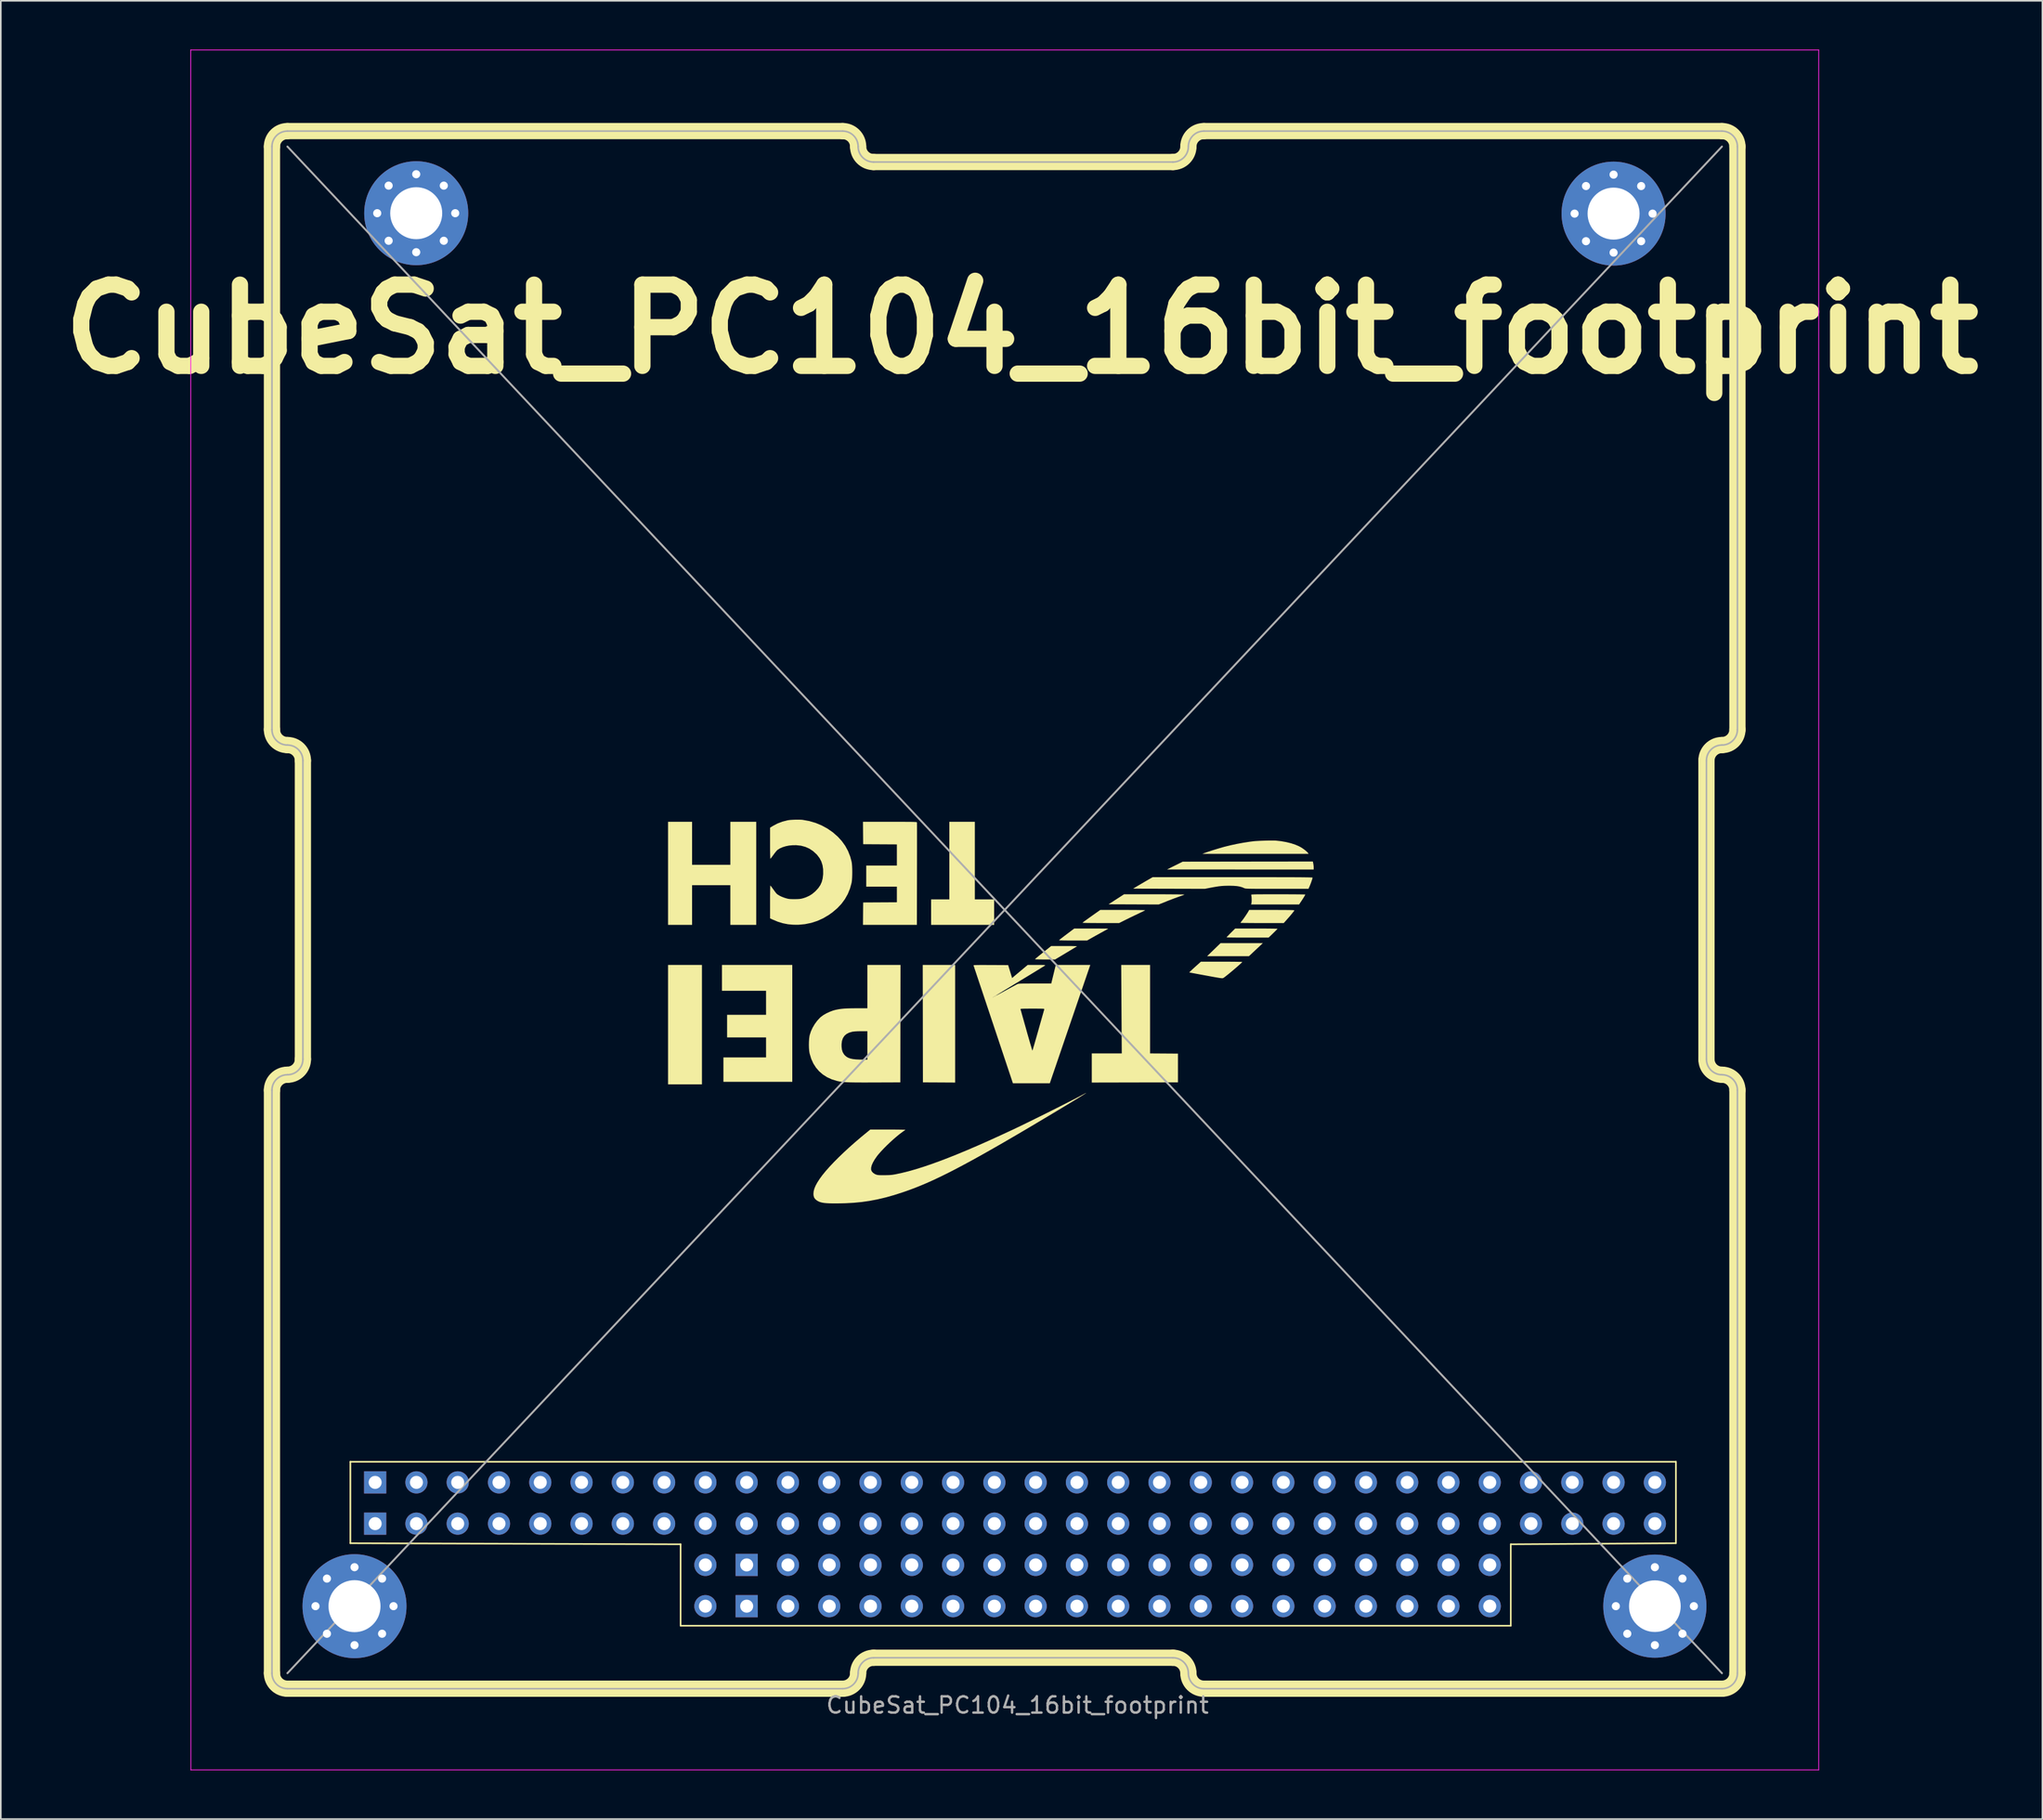
<source format=kicad_pcb>
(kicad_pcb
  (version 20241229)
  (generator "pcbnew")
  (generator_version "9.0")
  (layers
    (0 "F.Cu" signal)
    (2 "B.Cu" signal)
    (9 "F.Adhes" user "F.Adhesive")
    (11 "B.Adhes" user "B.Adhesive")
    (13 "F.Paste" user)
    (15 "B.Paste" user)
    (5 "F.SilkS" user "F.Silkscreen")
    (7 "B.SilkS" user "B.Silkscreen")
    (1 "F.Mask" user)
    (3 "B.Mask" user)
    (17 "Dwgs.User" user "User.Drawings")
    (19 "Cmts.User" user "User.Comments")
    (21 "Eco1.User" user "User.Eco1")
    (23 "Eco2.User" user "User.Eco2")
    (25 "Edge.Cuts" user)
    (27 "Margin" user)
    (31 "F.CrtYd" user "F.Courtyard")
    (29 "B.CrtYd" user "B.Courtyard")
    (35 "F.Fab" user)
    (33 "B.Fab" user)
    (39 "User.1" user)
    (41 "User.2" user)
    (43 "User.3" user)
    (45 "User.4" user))
  (footprint "CubeSat_PC104_16bit_footprint"
    (layer "F.Cu")
    (at 13.683 100.905)
    (property "Reference" "CubeSat_PC104_16bit_footprint" (at 46.126 -83.693 0) (layer "F.SilkS") (effects (font (size 5 5) (thickness 1))))
    (attr through_hole)
    (fp_line (start 0 -94.933) (end 0 -59.042) (stroke (width 1) (type solid)) (layer "F.SilkS"))
    (fp_line (start 0 -36.843) (end 0 -0.953) (stroke (width 1) (type solid)) (layer "F.SilkS"))
    (fp_line (start 0.953 -95.885) (end 35.115 -95.885) (stroke (width 1) (type solid)) (layer "F.SilkS"))
    (fp_line (start 0.953 0) (end 35.115 0) (stroke (width 1) (type solid)) (layer "F.SilkS"))
    (fp_line (start 1.905 -57.137) (end 1.905 -38.748) (stroke (width 1) (type solid)) (layer "F.SilkS"))
    (fp_line (start 4.825 -13.97) (end 4.825 -8.955) (stroke (width 0.1) (type default)) (layer "F.SilkS"))
    (fp_line (start 4.825 -8.955) (end 25.145 -8.89) (stroke (width 0.1) (type default)) (layer "F.SilkS"))
    (fp_line (start 25.145 -8.89) (end 25.145 -3.875) (stroke (width 0.1) (type default)) (layer "F.SilkS"))
    (fp_line (start 25.145 -3.875) (end 76.225 -3.875) (stroke (width 0.1) (type default)) (layer "F.SilkS"))
    (fp_line (start 37.02 -93.98) (end 55.435 -93.98) (stroke (width 1) (type solid)) (layer "F.SilkS"))
    (fp_line (start 37.02 -1.905) (end 55.435 -1.905) (stroke (width 1) (type solid)) (layer "F.SilkS"))
    (fp_line (start 57.34 -95.885) (end 89.218 -95.885) (stroke (width 1) (type solid)) (layer "F.SilkS"))
    (fp_line (start 57.34 0) (end 89.218 0) (stroke (width 1) (type solid)) (layer "F.SilkS"))
    (fp_line (start 76.225 -8.89) (end 76.225 -3.875) (stroke (width 0.1) (type default)) (layer "F.SilkS"))
    (fp_line (start 76.225 -8.89) (end 86.385 -8.955) (stroke (width 0.1) (type default)) (layer "F.SilkS"))
    (fp_line (start 86.385 -13.97) (end 4.825 -13.97) (stroke (width 0.1) (type default)) (layer "F.SilkS"))
    (fp_line (start 86.385 -8.955) (end 86.385 -13.97) (stroke (width 0.1) (type default)) (layer "F.SilkS"))
    (fp_line (start 88.265 -57.137) (end 88.265 -38.748) (stroke (width 1) (type solid)) (layer "F.SilkS"))
    (fp_line (start 90.17 -94.933) (end 90.17 -59.042) (stroke (width 1) (type solid)) (layer "F.SilkS"))
    (fp_line (start 90.17 -36.843) (end 90.17 -0.953) (stroke (width 1) (type solid)) (layer "F.SilkS"))
    (fp_arc (start 0 -94.9325) (mid 0.278981 -95.606019) (end 0.9525 -95.885) (stroke (width 1) (type solid)) (layer "F.SilkS"))
    (fp_arc (start 0 -36.8427) (mid 0.278981 -37.516219) (end 0.9525 -37.7952) (stroke (width 1) (type solid)) (layer "F.SilkS"))
    (fp_arc (start 0.9525 -58.0898) (mid 0.278981 -58.368781) (end 0 -59.0423) (stroke (width 1) (type solid)) (layer "F.SilkS"))
    (fp_arc (start 0.9525 -58.0898) (mid 1.626019 -57.810819) (end 1.905 -57.1373) (stroke (width 1) (type solid)) (layer "F.SilkS"))
    (fp_arc (start 0.9525 0) (mid 0.278981 -0.278981) (end 0 -0.9525) (stroke (width 1) (type solid)) (layer "F.SilkS"))
    (fp_arc (start 1.905 -38.7477) (mid 1.626019 -38.074181) (end 0.9525 -37.7952) (stroke (width 1) (type solid)) (layer "F.SilkS"))
    (fp_arc (start 35.1155 -95.885) (mid 35.789019 -95.606019) (end 36.068 -94.9325) (stroke (width 1) (type solid)) (layer "F.SilkS"))
    (fp_arc (start 36.068 -0.9525) (mid 35.789019 -0.278981) (end 35.1155 0) (stroke (width 1) (type solid)) (layer "F.SilkS"))
    (fp_arc (start 36.068 -0.9525) (mid 36.346981 -1.626019) (end 37.0205 -1.905) (stroke (width 1) (type solid)) (layer "F.SilkS"))
    (fp_arc (start 37.0205 -93.98) (mid 36.346981 -94.258981) (end 36.068 -94.9325) (stroke (width 1) (type solid)) (layer "F.SilkS"))
    (fp_arc (start 55.4355 -1.905) (mid 56.109019 -1.626019) (end 56.388 -0.9525) (stroke (width 1) (type solid)) (layer "F.SilkS"))
    (fp_arc (start 56.388 -94.9325) (mid 56.109019 -94.258981) (end 55.4355 -93.98) (stroke (width 1) (type solid)) (layer "F.SilkS"))
    (fp_arc (start 56.388 -94.9325) (mid 56.666981 -95.606019) (end 57.3405 -95.885) (stroke (width 1) (type solid)) (layer "F.SilkS"))
    (fp_arc (start 57.3405 0) (mid 56.666981 -0.278981) (end 56.388 -0.9525) (stroke (width 1) (type solid)) (layer "F.SilkS"))
    (fp_arc (start 88.265 -57.1373) (mid 88.543981 -57.810819) (end 89.2175 -58.0898) (stroke (width 1) (type solid)) (layer "F.SilkS"))
    (fp_arc (start 89.2175 -95.885) (mid 89.891019 -95.606019) (end 90.17 -94.9325) (stroke (width 1) (type solid)) (layer "F.SilkS"))
    (fp_arc (start 89.2175 -37.7952) (mid 88.543981 -38.074181) (end 88.265 -38.7477) (stroke (width 1) (type solid)) (layer "F.SilkS"))
    (fp_arc (start 89.2175 -37.7952) (mid 89.891019 -37.516219) (end 90.17 -36.8427) (stroke (width 1) (type solid)) (layer "F.SilkS"))
    (fp_arc (start 90.17 -59.0423) (mid 89.891019 -58.368781) (end 89.2175 -58.0898) (stroke (width 1) (type solid)) (layer "F.SilkS"))
    (fp_arc (start 90.17 -0.9525) (mid 89.891019 -0.278981) (end 89.2175 0) (stroke (width 1) (type solid)) (layer "F.SilkS"))
    (fp_poly (pts (xy 24.372 -40.878) (xy 24.372 -44.554) (xy 25.414 -44.554) (xy 26.457 -44.554) (xy 26.457 -40.878) (xy 26.457 -37.201) (xy 25.414 -37.201) (xy 24.372 -37.201)) (stroke (width 0) (type solid)) (fill yes) (layer "F.SilkS"))
    (fp_poly (pts (xy 41.045 -37.319) (xy 40.053 -37.324) (xy 40.048 -40.939) (xy 40.042 -44.554) (xy 41.04 -44.554) (xy 42.037 -44.554) (xy 42.037 -40.933) (xy 42.037 -37.313)) (stroke (width 0) (type solid)) (fill yes) (layer "F.SilkS"))
    (fp_poly (pts (xy 59.585 -50.43) (xy 55.074 -50.432) (xy 55.556 -50.671) (xy 56.038 -50.91) (xy 60.042 -50.916) (xy 64.046 -50.921) (xy 64.072 -50.794) (xy 64.087 -50.696) (xy 64.096 -50.592) (xy 64.097 -50.547) (xy 64.097 -50.428)) (stroke (width 0) (type solid)) (fill yes) (layer "F.SilkS"))
    (fp_poly (pts (xy 58.826 -45.093) (xy 57.54 -45.094) (xy 57.955 -45.496) (xy 58.369 -45.897) (xy 59.67 -45.897) (xy 60.97 -45.897) (xy 60.799 -45.736) (xy 60.718 -45.66) (xy 60.617 -45.564) (xy 60.505 -45.46) (xy 60.397 -45.358) (xy 60.37 -45.333) (xy 60.113 -45.092)) (stroke (width 0) (type solid)) (fill yes) (layer "F.SilkS"))
    (fp_poly (pts (xy 40.558 -47.805) (xy 40.558 -48.59) (xy 41.118 -48.59) (xy 41.679 -48.59) (xy 41.679 -50.977) (xy 41.679 -53.365) (xy 42.463 -53.365) (xy 43.248 -53.365) (xy 43.248 -50.977) (xy 43.248 -48.59) (xy 43.842 -48.59) (xy 44.436 -48.59) (xy 44.436 -47.805) (xy 44.436 -47.02) (xy 42.497 -47.02) (xy 40.558 -47.02)) (stroke (width 0) (type solid)) (fill yes) (layer "F.SilkS"))
    (fp_poly (pts (xy 50.444 -38.21) (xy 50.444 -39.107) (xy 51.366 -39.107) (xy 52.289 -39.107) (xy 52.272 -41.83) (xy 52.255 -44.554) (xy 53.143 -44.554) (xy 54.031 -44.554) (xy 54.031 -41.831) (xy 54.031 -39.107) (xy 54.889 -39.101) (xy 55.746 -39.095) (xy 55.746 -38.21) (xy 55.746 -37.324) (xy 53.095 -37.319) (xy 50.444 -37.313)) (stroke (width 0) (type solid)) (fill yes) (layer "F.SilkS"))
    (fp_poly (pts (xy 27.779 -38.109) (xy 27.779 -38.86) (xy 29.091 -38.86) (xy 30.402 -38.86) (xy 30.402 -39.477) (xy 30.402 -40.093) (xy 29.203 -40.093) (xy 28.004 -40.093) (xy 28.004 -40.788) (xy 28.004 -41.483) (xy 29.203 -41.483) (xy 30.402 -41.483) (xy 30.402 -42.223) (xy 30.402 -42.963) (xy 29.046 -42.963) (xy 27.69 -42.963) (xy 27.69 -43.758) (xy 27.69 -44.554) (xy 29.853 -44.554) (xy 32.016 -44.554) (xy 32.016 -40.956) (xy 32.016 -37.358) (xy 29.898 -37.358) (xy 27.779 -37.358)) (stroke (width 0) (type solid)) (fill yes) (layer "F.SilkS"))
    (fp_poly (pts (xy 28.205 -48.242) (xy 28.205 -49.464) (xy 27.028 -49.464) (xy 25.851 -49.464) (xy 25.851 -48.242) (xy 25.851 -47.02) (xy 25.112 -47.02) (xy 24.372 -47.02) (xy 24.372 -50.192) (xy 24.372 -53.365) (xy 25.112 -53.365) (xy 25.851 -53.365) (xy 25.851 -52.042) (xy 25.851 -50.719) (xy 27.028 -50.719) (xy 28.205 -50.719) (xy 28.205 -52.042) (xy 28.205 -53.365) (xy 29.001 -53.365) (xy 29.797 -53.365) (xy 29.797 -50.192) (xy 29.797 -47.02) (xy 29.001 -47.02) (xy 28.205 -47.02)) (stroke (width 0) (type solid)) (fill yes) (layer "F.SilkS"))
    (fp_poly (pts (xy 53.017 -48.281) (xy 51.475 -48.287) (xy 51.952 -48.595) (xy 52.428 -48.903) (xy 54.299 -48.903) (xy 54.584 -48.903) (xy 54.855 -48.903) (xy 55.109 -48.902) (xy 55.343 -48.9) (xy 55.554 -48.898) (xy 55.737 -48.897) (xy 55.891 -48.894) (xy 56.012 -48.892) (xy 56.097 -48.889) (xy 56.142 -48.886) (xy 56.149 -48.885) (xy 56.121 -48.871) (xy 56.059 -48.846) (xy 55.97 -48.813) (xy 55.863 -48.775) (xy 55.814 -48.758) (xy 55.693 -48.715) (xy 55.544 -48.66) (xy 55.378 -48.598) (xy 55.208 -48.532) (xy 55.045 -48.469) (xy 55.03 -48.462) (xy 54.56 -48.275)) (stroke (width 0) (type solid)) (fill yes) (layer "F.SilkS"))
    (fp_poly (pts (xy 47.407 -44.891) (xy 47.261 -44.893) (xy 47.136 -44.895) (xy 47.039 -44.899) (xy 46.975 -44.902) (xy 46.948 -44.907) (xy 46.948 -44.907) (xy 46.965 -44.925) (xy 47.013 -44.967) (xy 47.087 -45.029) (xy 47.183 -45.109) (xy 47.297 -45.201) (xy 47.423 -45.302) (xy 47.447 -45.321) (xy 47.945 -45.718) (xy 48.751 -45.719) (xy 48.935 -45.719) (xy 49.103 -45.718) (xy 49.25 -45.716) (xy 49.372 -45.713) (xy 49.463 -45.71) (xy 49.519 -45.706) (xy 49.535 -45.702) (xy 49.512 -45.687) (xy 49.454 -45.651) (xy 49.367 -45.598) (xy 49.256 -45.531) (xy 49.124 -45.451) (xy 48.976 -45.362) (xy 48.852 -45.288) (xy 48.189 -44.891) (xy 47.568 -44.891)) (stroke (width 0) (type solid)) (fill yes) (layer "F.SilkS"))
    (fp_poly (pts (xy 59.795 -46.236) (xy 59.573 -46.237) (xy 59.369 -46.238) (xy 59.186 -46.24) (xy 59.03 -46.242) (xy 58.903 -46.244) (xy 58.81 -46.247) (xy 58.754 -46.25) (xy 58.739 -46.253) (xy 58.754 -46.274) (xy 58.796 -46.32) (xy 58.859 -46.387) (xy 58.939 -46.469) (xy 59.003 -46.533) (xy 59.267 -46.796) (xy 60.574 -46.796) (xy 60.811 -46.796) (xy 61.034 -46.795) (xy 61.239 -46.794) (xy 61.423 -46.792) (xy 61.58 -46.79) (xy 61.708 -46.787) (xy 61.802 -46.784) (xy 61.858 -46.781) (xy 61.874 -46.779) (xy 61.856 -46.758) (xy 61.811 -46.712) (xy 61.745 -46.645) (xy 61.663 -46.565) (xy 61.595 -46.498) (xy 61.324 -46.236) (xy 60.031 -46.236)) (stroke (width 0) (type solid)) (fill yes) (layer "F.SilkS"))
    (fp_poly (pts (xy 49.098 -46.057) (xy 48.921 -46.058) (xy 48.764 -46.06) (xy 48.631 -46.062) (xy 48.528 -46.065) (xy 48.458 -46.069) (xy 48.428 -46.072) (xy 48.427 -46.073) (xy 48.444 -46.091) (xy 48.493 -46.131) (xy 48.568 -46.191) (xy 48.665 -46.266) (xy 48.779 -46.354) (xy 48.897 -46.443) (xy 49.367 -46.796) (xy 50.41 -46.796) (xy 50.621 -46.796) (xy 50.819 -46.795) (xy 50.997 -46.794) (xy 51.152 -46.793) (xy 51.28 -46.792) (xy 51.375 -46.79) (xy 51.435 -46.789) (xy 51.453 -46.787) (xy 51.435 -46.774) (xy 51.383 -46.743) (xy 51.305 -46.698) (xy 51.207 -46.644) (xy 51.134 -46.604) (xy 50.993 -46.527) (xy 50.831 -46.437) (xy 50.666 -46.346) (xy 50.516 -46.261) (xy 50.484 -46.243) (xy 50.153 -46.056) (xy 49.29 -46.056)) (stroke (width 0) (type solid)) (fill yes) (layer "F.SilkS"))
    (fp_poly (pts (xy 60.516 -51.393) (xy 57.248 -51.394) (xy 57.428 -51.461) (xy 57.527 -51.496) (xy 57.661 -51.541) (xy 57.817 -51.592) (xy 57.988 -51.645) (xy 58.163 -51.699) (xy 58.332 -51.749) (xy 58.485 -51.794) (xy 58.605 -51.827) (xy 58.977 -51.919) (xy 59.371 -52.004) (xy 59.771 -52.078) (xy 60.159 -52.139) (xy 60.376 -52.166) (xy 60.488 -52.177) (xy 60.632 -52.186) (xy 60.798 -52.195) (xy 60.977 -52.202) (xy 61.16 -52.208) (xy 61.337 -52.212) (xy 61.501 -52.213) (xy 61.641 -52.213) (xy 61.748 -52.209) (xy 61.777 -52.207) (xy 62.103 -52.171) (xy 62.416 -52.115) (xy 62.709 -52.042) (xy 62.976 -51.953) (xy 63.21 -51.851) (xy 63.314 -51.794) (xy 63.41 -51.733) (xy 63.51 -51.662) (xy 63.604 -51.588) (xy 63.683 -51.518) (xy 63.737 -51.462) (xy 63.747 -51.448) (xy 63.784 -51.392)) (stroke (width 0) (type solid)) (fill yes) (layer "F.SilkS"))
    (fp_poly (pts (xy 50.743 -47.133) (xy 50.519 -47.134) (xy 50.323 -47.136) (xy 50.159 -47.138) (xy 50.029 -47.141) (xy 49.937 -47.145) (xy 49.883 -47.149) (xy 49.872 -47.153) (xy 49.894 -47.172) (xy 49.95 -47.215) (xy 50.037 -47.279) (xy 50.154 -47.363) (xy 50.297 -47.466) (xy 50.464 -47.585) (xy 50.652 -47.718) (xy 50.846 -47.854) (xy 50.967 -47.939) (xy 52.358 -47.939) (xy 52.648 -47.939) (xy 52.907 -47.938) (xy 53.135 -47.937) (xy 53.329 -47.934) (xy 53.486 -47.932) (xy 53.606 -47.929) (xy 53.686 -47.925) (xy 53.725 -47.921) (xy 53.728 -47.919) (xy 53.702 -47.903) (xy 53.641 -47.872) (xy 53.553 -47.828) (xy 53.443 -47.775) (xy 53.318 -47.715) (xy 53.279 -47.696) (xy 53.118 -47.621) (xy 52.942 -47.536) (xy 52.764 -47.45) (xy 52.6 -47.369) (xy 52.489 -47.314) (xy 52.126 -47.132) (xy 50.993 -47.132)) (stroke (width 0) (type solid)) (fill yes) (layer "F.SilkS"))
    (fp_poly (pts (xy 60.683 -47.133) (xy 60.457 -47.133) (xy 60.249 -47.134) (xy 60.063 -47.136) (xy 59.902 -47.137) (xy 59.77 -47.139) (xy 59.672 -47.141) (xy 59.611 -47.144) (xy 59.591 -47.146) (xy 59.604 -47.169) (xy 59.639 -47.215) (xy 59.679 -47.265) (xy 59.731 -47.332) (xy 59.799 -47.426) (xy 59.875 -47.535) (xy 59.951 -47.649) (xy 60.02 -47.754) (xy 60.073 -47.841) (xy 60.089 -47.869) (xy 60.127 -47.939) (xy 61.518 -47.939) (xy 61.825 -47.939) (xy 62.089 -47.938) (xy 62.312 -47.937) (xy 62.496 -47.935) (xy 62.644 -47.933) (xy 62.757 -47.93) (xy 62.837 -47.926) (xy 62.887 -47.921) (xy 62.908 -47.916) (xy 62.909 -47.914) (xy 62.895 -47.886) (xy 62.854 -47.829) (xy 62.791 -47.749) (xy 62.71 -47.651) (xy 62.615 -47.538) (xy 62.509 -47.417) (xy 62.421 -47.317) (xy 62.255 -47.132) (xy 60.923 -47.132)) (stroke (width 0) (type solid)) (fill yes) (layer "F.SilkS"))
    (fp_poly (pts (xy 60.268 -48.359) (xy 60.277 -48.421) (xy 60.281 -48.509) (xy 60.281 -48.611) (xy 60.276 -48.713) (xy 60.267 -48.8) (xy 60.255 -48.859) (xy 60.253 -48.864) (xy 60.252 -48.872) (xy 60.257 -48.878) (xy 60.27 -48.883) (xy 60.296 -48.888) (xy 60.336 -48.892) (xy 60.395 -48.895) (xy 60.474 -48.898) (xy 60.577 -48.9) (xy 60.706 -48.901) (xy 60.866 -48.902) (xy 61.057 -48.903) (xy 61.285 -48.903) (xy 61.551 -48.903) (xy 61.858 -48.903) (xy 61.909 -48.903) (xy 62.178 -48.903) (xy 62.434 -48.903) (xy 62.673 -48.902) (xy 62.892 -48.901) (xy 63.087 -48.899) (xy 63.254 -48.897) (xy 63.391 -48.895) (xy 63.494 -48.893) (xy 63.558 -48.891) (xy 63.582 -48.889) (xy 63.582 -48.889) (xy 63.569 -48.857) (xy 63.535 -48.795) (xy 63.482 -48.707) (xy 63.415 -48.6) (xy 63.336 -48.479) (xy 63.331 -48.472) (xy 63.199 -48.276) (xy 61.722 -48.276) (xy 60.245 -48.276)) (stroke (width 0) (type solid)) (fill yes) (layer "F.SilkS"))
    (fp_poly (pts (xy 36.371 -47.71) (xy 36.377 -48.399) (xy 37.414 -48.405) (xy 38.451 -48.411) (xy 38.451 -48.892) (xy 38.451 -49.374) (xy 37.509 -49.374) (xy 36.567 -49.374) (xy 36.567 -50.024) (xy 36.567 -50.674) (xy 37.509 -50.674) (xy 38.451 -50.674) (xy 38.451 -51.324) (xy 38.451 -51.974) (xy 37.414 -51.98) (xy 36.377 -51.986) (xy 36.371 -52.675) (xy 36.365 -53.365) (xy 38.023 -53.365) (xy 38.336 -53.365) (xy 38.607 -53.364) (xy 38.839 -53.364) (xy 39.036 -53.363) (xy 39.2 -53.362) (xy 39.334 -53.361) (xy 39.441 -53.359) (xy 39.524 -53.356) (xy 39.586 -53.353) (xy 39.63 -53.349) (xy 39.659 -53.344) (xy 39.677 -53.339) (xy 39.685 -53.332) (xy 39.688 -53.327) (xy 39.688 -53.301) (xy 39.689 -53.232) (xy 39.69 -53.123) (xy 39.69 -52.978) (xy 39.691 -52.798) (xy 39.691 -52.586) (xy 39.691 -52.344) (xy 39.691 -52.076) (xy 39.691 -51.784) (xy 39.691 -51.47) (xy 39.69 -51.137) (xy 39.69 -50.787) (xy 39.689 -50.424) (xy 39.689 -50.155) (xy 39.683 -47.02) (xy 38.024 -47.02) (xy 36.365 -47.02)) (stroke (width 0) (type solid)) (fill yes) (layer "F.SilkS"))
    (fp_poly (pts (xy 58.397 -43.74) (xy 58.33 -43.748) (xy 58.241 -43.762) (xy 58.126 -43.782) (xy 57.981 -43.807) (xy 57.801 -43.84) (xy 57.584 -43.88) (xy 57.468 -43.901) (xy 57.262 -43.939) (xy 57.069 -43.975) (xy 56.894 -44.007) (xy 56.741 -44.036) (xy 56.615 -44.059) (xy 56.521 -44.077) (xy 56.463 -44.088) (xy 56.445 -44.091) (xy 56.455 -44.107) (xy 56.494 -44.148) (xy 56.558 -44.21) (xy 56.642 -44.289) (xy 56.742 -44.38) (xy 56.792 -44.426) (xy 57.159 -44.755) (xy 58.431 -44.754) (xy 58.665 -44.754) (xy 58.885 -44.753) (xy 59.088 -44.752) (xy 59.268 -44.75) (xy 59.423 -44.747) (xy 59.547 -44.745) (xy 59.638 -44.742) (xy 59.691 -44.739) (xy 59.703 -44.737) (xy 59.687 -44.714) (xy 59.64 -44.668) (xy 59.568 -44.601) (xy 59.477 -44.519) (xy 59.37 -44.426) (xy 59.252 -44.325) (xy 59.13 -44.22) (xy 59.006 -44.117) (xy 58.888 -44.019) (xy 58.778 -43.93) (xy 58.683 -43.855) (xy 58.607 -43.797) (xy 58.555 -43.761) (xy 58.544 -43.755) (xy 58.527 -43.746) (xy 58.507 -43.739) (xy 58.481 -43.736) (xy 58.446 -43.736)) (stroke (width 0) (type solid)) (fill yes) (layer "F.SilkS"))
    (fp_poly (pts (xy 55.195 -49.245) (xy 52.989 -49.251) (xy 53.235 -49.4) (xy 53.342 -49.463) (xy 53.474 -49.541) (xy 53.618 -49.626) (xy 53.762 -49.71) (xy 53.837 -49.753) (xy 54.191 -49.957) (xy 59.11 -49.957) (xy 59.677 -49.957) (xy 60.201 -49.957) (xy 60.683 -49.957) (xy 61.125 -49.956) (xy 61.528 -49.956) (xy 61.895 -49.955) (xy 62.226 -49.955) (xy 62.523 -49.954) (xy 62.788 -49.953) (xy 63.023 -49.952) (xy 63.228 -49.951) (xy 63.406 -49.949) (xy 63.558 -49.947) (xy 63.685 -49.946) (xy 63.79 -49.943) (xy 63.874 -49.941) (xy 63.938 -49.939) (xy 63.983 -49.936) (xy 64.013 -49.933) (xy 64.028 -49.93) (xy 64.03 -49.928) (xy 64.022 -49.888) (xy 64.002 -49.818) (xy 63.971 -49.726) (xy 63.936 -49.624) (xy 63.897 -49.521) (xy 63.86 -49.428) (xy 63.838 -49.376) (xy 63.777 -49.24) (xy 61.84 -49.24) (xy 61.501 -49.24) (xy 61.204 -49.24) (xy 60.945 -49.24) (xy 60.723 -49.241) (xy 60.534 -49.241) (xy 60.375 -49.242) (xy 60.244 -49.244) (xy 60.137 -49.246) (xy 60.051 -49.248) (xy 59.984 -49.252) (xy 59.933 -49.255) (xy 59.895 -49.26) (xy 59.866 -49.265) (xy 59.845 -49.272) (xy 59.827 -49.279) (xy 59.814 -49.285) (xy 59.69 -49.338) (xy 59.547 -49.378) (xy 59.381 -49.406) (xy 59.184 -49.422) (xy 58.95 -49.429) (xy 58.919 -49.429) (xy 58.735 -49.427) (xy 58.572 -49.422) (xy 58.418 -49.411) (xy 58.263 -49.394) (xy 58.095 -49.369) (xy 57.903 -49.336) (xy 57.74 -49.305) (xy 57.401 -49.239)) (stroke (width 0) (type solid)) (fill yes) (layer "F.SilkS"))
    (fp_poly (pts (xy 36.184 -37.317) (xy 35.947 -37.318) (xy 35.741 -37.321) (xy 35.562 -37.325) (xy 35.408 -37.331) (xy 35.274 -37.339) (xy 35.157 -37.348) (xy 35.055 -37.359) (xy 34.962 -37.372) (xy 34.876 -37.387) (xy 34.794 -37.405) (xy 34.762 -37.412) (xy 34.446 -37.51) (xy 34.158 -37.642) (xy 33.899 -37.807) (xy 33.67 -38.004) (xy 33.474 -38.232) (xy 33.31 -38.489) (xy 33.181 -38.775) (xy 33.087 -39.087) (xy 33.079 -39.12) (xy 33.056 -39.265) (xy 33.042 -39.439) (xy 33.037 -39.629) (xy 33.041 -39.823) (xy 33.053 -40.006) (xy 33.074 -40.166) (xy 33.089 -40.239) (xy 33.161 -40.462) (xy 33.266 -40.691) (xy 33.398 -40.914) (xy 33.548 -41.119) (xy 33.711 -41.296) (xy 33.783 -41.36) (xy 33.935 -41.471) (xy 34.119 -41.576) (xy 34.32 -41.67) (xy 34.525 -41.746) (xy 34.662 -41.784) (xy 34.794 -41.813) (xy 34.926 -41.836) (xy 35.065 -41.854) (xy 35.218 -41.868) (xy 35.392 -41.877) (xy 35.592 -41.883) (xy 35.826 -41.886) (xy 35.998 -41.886) (xy 36.635 -41.886) (xy 36.635 -43.22) (xy 36.635 -44.554) (xy 37.655 -44.554) (xy 38.675 -44.554) (xy 38.669 -40.939) (xy 38.666 -38.725) (xy 36.635 -38.725) (xy 36.635 -39.6) (xy 36.635 -40.474) (xy 36.253 -40.474) (xy 36.043 -40.471) (xy 35.874 -40.462) (xy 35.741 -40.446) (xy 35.698 -40.439) (xy 35.504 -40.382) (xy 35.345 -40.297) (xy 35.22 -40.185) (xy 35.129 -40.043) (xy 35.072 -39.872) (xy 35.047 -39.671) (xy 35.048 -39.522) (xy 35.071 -39.336) (xy 35.12 -39.18) (xy 35.199 -39.049) (xy 35.26 -38.979) (xy 35.353 -38.901) (xy 35.461 -38.839) (xy 35.589 -38.792) (xy 35.743 -38.759) (xy 35.929 -38.738) (xy 36.15 -38.728) (xy 36.27 -38.726) (xy 36.635 -38.725) (xy 38.666 -38.725) (xy 38.664 -37.324) (xy 37.117 -37.318) (xy 36.766 -37.317) (xy 36.456 -37.316)) (stroke (width 0) (type solid)) (fill yes) (layer "F.SilkS"))
    (fp_poly (pts (xy 32.084 -47.028) (xy 31.754 -47.057) (xy 31.442 -47.118) (xy 31.133 -47.212) (xy 30.834 -47.336) (xy 30.649 -47.421) (xy 30.649 -48.431) (xy 30.649 -48.639) (xy 30.65 -48.833) (xy 30.652 -49.007) (xy 30.654 -49.159) (xy 30.657 -49.282) (xy 30.66 -49.373) (xy 30.663 -49.427) (xy 30.666 -49.441) (xy 30.685 -49.424) (xy 30.723 -49.377) (xy 30.775 -49.308) (xy 30.828 -49.234) (xy 30.895 -49.141) (xy 30.959 -49.055) (xy 31.012 -48.986) (xy 31.039 -48.952) (xy 31.115 -48.887) (xy 31.228 -48.818) (xy 31.368 -48.751) (xy 31.527 -48.69) (xy 31.606 -48.665) (xy 31.691 -48.641) (xy 31.766 -48.624) (xy 31.843 -48.613) (xy 31.934 -48.607) (xy 32.05 -48.604) (xy 32.14 -48.604) (xy 32.313 -48.606) (xy 32.454 -48.614) (xy 32.576 -48.632) (xy 32.693 -48.661) (xy 32.818 -48.703) (xy 32.894 -48.733) (xy 33.073 -48.817) (xy 33.234 -48.918) (xy 33.391 -49.047) (xy 33.464 -49.116) (xy 33.621 -49.29) (xy 33.742 -49.469) (xy 33.828 -49.66) (xy 33.884 -49.872) (xy 33.913 -50.113) (xy 33.916 -50.172) (xy 33.913 -50.446) (xy 33.876 -50.694) (xy 33.805 -50.918) (xy 33.698 -51.124) (xy 33.553 -51.316) (xy 33.502 -51.372) (xy 33.293 -51.562) (xy 33.066 -51.712) (xy 32.82 -51.822) (xy 32.553 -51.893) (xy 32.265 -51.925) (xy 32.045 -51.924) (xy 31.824 -51.903) (xy 31.613 -51.861) (xy 31.42 -51.802) (xy 31.251 -51.727) (xy 31.115 -51.64) (xy 31.078 -51.608) (xy 31.035 -51.561) (xy 30.974 -51.488) (xy 30.906 -51.399) (xy 30.848 -51.32) (xy 30.786 -51.234) (xy 30.732 -51.162) (xy 30.691 -51.111) (xy 30.671 -51.089) (xy 30.665 -51.107) (xy 30.66 -51.17) (xy 30.656 -51.276) (xy 30.653 -51.426) (xy 30.65 -51.618) (xy 30.649 -51.852) (xy 30.649 -52.039) (xy 30.649 -53.003) (xy 30.812 -53.104) (xy 31.093 -53.255) (xy 31.4 -53.373) (xy 31.723 -53.455) (xy 31.778 -53.465) (xy 31.881 -53.478) (xy 32.015 -53.487) (xy 32.166 -53.494) (xy 32.322 -53.496) (xy 32.469 -53.495) (xy 32.594 -53.49) (xy 32.655 -53.484) (xy 33.059 -53.411) (xy 33.449 -53.297) (xy 33.821 -53.143) (xy 34.173 -52.952) (xy 34.501 -52.725) (xy 34.802 -52.463) (xy 34.809 -52.457) (xy 35.061 -52.181) (xy 35.273 -51.886) (xy 35.445 -51.57) (xy 35.578 -51.234) (xy 35.665 -50.914) (xy 35.683 -50.797) (xy 35.696 -50.647) (xy 35.704 -50.473) (xy 35.707 -50.286) (xy 35.705 -50.098) (xy 35.698 -49.919) (xy 35.686 -49.76) (xy 35.669 -49.631) (xy 35.662 -49.598) (xy 35.564 -49.246) (xy 35.429 -48.916) (xy 35.255 -48.607) (xy 35.043 -48.319) (xy 34.791 -48.051) (xy 34.498 -47.801) (xy 34.269 -47.636) (xy 33.921 -47.429) (xy 33.558 -47.264) (xy 33.181 -47.142) (xy 32.792 -47.063) (xy 32.392 -47.026)) (stroke (width 0) (type solid)) (fill yes) (layer "F.SilkS"))
    (fp_poly (pts (xy 34.479 -29.874) (xy 34.276 -29.879) (xy 34.105 -29.889) (xy 33.961 -29.904) (xy 33.84 -29.925) (xy 33.736 -29.953) (xy 33.646 -29.988) (xy 33.566 -30.031) (xy 33.527 -30.055) (xy 33.424 -30.141) (xy 33.358 -30.238) (xy 33.324 -30.357) (xy 33.317 -30.466) (xy 33.331 -30.622) (xy 33.375 -30.788) (xy 33.451 -30.969) (xy 33.56 -31.168) (xy 33.702 -31.388) (xy 33.869 -31.615) (xy 34.071 -31.863) (xy 34.306 -32.129) (xy 34.571 -32.41) (xy 34.863 -32.704) (xy 35.179 -33.008) (xy 35.516 -33.319) (xy 35.871 -33.634) (xy 36.243 -33.951) (xy 36.496 -34.16) (xy 36.816 -34.421) (xy 37.907 -34.421) (xy 38.122 -34.421) (xy 38.323 -34.42) (xy 38.504 -34.418) (xy 38.662 -34.416) (xy 38.793 -34.413) (xy 38.891 -34.41) (xy 38.954 -34.407) (xy 38.976 -34.403) (xy 38.976 -34.403) (xy 38.949 -34.382) (xy 38.895 -34.343) (xy 38.824 -34.293) (xy 38.798 -34.274) (xy 38.626 -34.147) (xy 38.437 -33.993) (xy 38.237 -33.821) (xy 38.034 -33.636) (xy 37.835 -33.446) (xy 37.646 -33.256) (xy 37.474 -33.074) (xy 37.326 -32.905) (xy 37.23 -32.785) (xy 37.088 -32.581) (xy 36.98 -32.394) (xy 36.906 -32.226) (xy 36.868 -32.079) (xy 36.866 -31.954) (xy 36.87 -31.933) (xy 36.912 -31.839) (xy 36.991 -31.752) (xy 37.098 -31.681) (xy 37.146 -31.66) (xy 37.196 -31.641) (xy 37.243 -31.628) (xy 37.297 -31.619) (xy 37.367 -31.613) (xy 37.459 -31.61) (xy 37.582 -31.61) (xy 37.677 -31.61) (xy 37.841 -31.612) (xy 37.975 -31.616) (xy 38.09 -31.625) (xy 38.201 -31.638) (xy 38.321 -31.658) (xy 38.395 -31.672) (xy 38.767 -31.752) (xy 39.166 -31.851) (xy 39.593 -31.972) (xy 40.047 -32.114) (xy 40.53 -32.277) (xy 41.043 -32.462) (xy 41.587 -32.669) (xy 42.162 -32.899) (xy 42.77 -33.151) (xy 43.412 -33.427) (xy 44.089 -33.727) (xy 44.8 -34.05) (xy 45.549 -34.398) (xy 45.602 -34.423) (xy 45.833 -34.533) (xy 46.095 -34.658) (xy 46.381 -34.798) (xy 46.688 -34.948) (xy 47.01 -35.107) (xy 47.342 -35.271) (xy 47.68 -35.439) (xy 48.017 -35.608) (xy 48.349 -35.775) (xy 48.671 -35.938) (xy 48.977 -36.094) (xy 49.264 -36.241) (xy 49.525 -36.377) (xy 49.756 -36.498) (xy 49.951 -36.601) (xy 50.024 -36.639) (xy 50.075 -36.664) (xy 50.098 -36.671) (xy 50.097 -36.668) (xy 50.07 -36.648) (xy 50.007 -36.607) (xy 49.911 -36.547) (xy 49.784 -36.468) (xy 49.63 -36.373) (xy 49.451 -36.264) (xy 49.249 -36.141) (xy 49.029 -36.007) (xy 48.791 -35.864) (xy 48.54 -35.712) (xy 48.277 -35.554) (xy 48.005 -35.391) (xy 47.728 -35.225) (xy 47.448 -35.058) (xy 47.167 -34.891) (xy 46.889 -34.725) (xy 46.616 -34.563) (xy 46.351 -34.406) (xy 46.096 -34.256) (xy 45.855 -34.114) (xy 45.629 -33.982) (xy 45.613 -33.973) (xy 45.015 -33.625) (xy 44.451 -33.301) (xy 43.92 -32.999) (xy 43.42 -32.719) (xy 42.949 -32.459) (xy 42.503 -32.219) (xy 42.082 -31.996) (xy 41.682 -31.79) (xy 41.302 -31.601) (xy 40.939 -31.426) (xy 40.591 -31.264) (xy 40.256 -31.115) (xy 39.931 -30.977) (xy 39.615 -30.85) (xy 39.304 -30.732) (xy 38.998 -30.622) (xy 38.764 -30.542) (xy 38.235 -30.374) (xy 37.731 -30.233) (xy 37.244 -30.119) (xy 36.765 -30.028) (xy 36.285 -29.959) (xy 35.795 -29.912) (xy 35.286 -29.884) (xy 34.995 -29.877) (xy 34.717 -29.873)) (stroke (width 0) (type solid)) (fill yes) (layer "F.SilkS"))
    (fp_poly (pts (xy 44.384 -40.883) (xy 44.254 -41.272) (xy 44.128 -41.65) (xy 44.006 -42.014) (xy 43.89 -42.363) (xy 43.779 -42.693) (xy 43.676 -43.004) (xy 43.579 -43.292) (xy 43.491 -43.555) (xy 43.412 -43.792) (xy 43.343 -44) (xy 43.284 -44.176) (xy 43.236 -44.319) (xy 43.2 -44.426) (xy 43.176 -44.496) (xy 43.166 -44.526) (xy 43.166 -44.526) (xy 43.171 -44.533) (xy 43.196 -44.539) (xy 43.242 -44.543) (xy 43.313 -44.546) (xy 43.413 -44.549) (xy 43.544 -44.55) (xy 43.71 -44.551) (xy 43.913 -44.55) (xy 44.157 -44.549) (xy 44.226 -44.549) (xy 45.298 -44.543) (xy 45.42 -44.145) (xy 45.542 -43.746) (xy 45.589 -43.788) (xy 45.619 -43.814) (xy 45.677 -43.864) (xy 45.76 -43.934) (xy 45.862 -44.019) (xy 45.976 -44.115) (xy 46.068 -44.192) (xy 46.501 -44.554) (xy 47.054 -44.554) (xy 47.227 -44.554) (xy 47.359 -44.553) (xy 47.456 -44.551) (xy 47.522 -44.547) (xy 47.561 -44.542) (xy 47.578 -44.535) (xy 47.577 -44.526) (xy 47.574 -44.523) (xy 47.55 -44.507) (xy 47.491 -44.469) (xy 47.399 -44.412) (xy 47.278 -44.337) (xy 47.13 -44.247) (xy 46.959 -44.142) (xy 46.768 -44.025) (xy 46.56 -43.898) (xy 46.337 -43.763) (xy 46.102 -43.621) (xy 46.05 -43.589) (xy 45.814 -43.446) (xy 45.589 -43.31) (xy 45.378 -43.181) (xy 45.184 -43.063) (xy 45.009 -42.957) (xy 44.858 -42.864) (xy 44.732 -42.787) (xy 44.635 -42.727) (xy 44.569 -42.686) (xy 44.539 -42.666) (xy 44.537 -42.665) (xy 44.532 -42.658) (xy 44.542 -42.66) (xy 44.57 -42.673) (xy 44.62 -42.698) (xy 44.695 -42.738) (xy 44.798 -42.793) (xy 44.931 -42.866) (xy 45.099 -42.958) (xy 45.21 -43.019) (xy 45.357 -43.1) (xy 45.495 -43.176) (xy 45.619 -43.243) (xy 45.723 -43.3) (xy 45.8 -43.341) (xy 45.842 -43.363) (xy 45.866 -43.374) (xy 45.89 -43.384) (xy 45.92 -43.391) (xy 45.96 -43.397) (xy 46.014 -43.402) (xy 46.085 -43.406) (xy 46.179 -43.408) (xy 46.299 -43.41) (xy 46.45 -43.41) (xy 46.637 -43.411) (xy 46.862 -43.411) (xy 46.943 -43.411) (xy 47.95 -43.411) (xy 48.089 -43.983) (xy 48.229 -44.554) (xy 49.29 -44.554) (xy 50.352 -44.554) (xy 50.289 -44.369) (xy 50.236 -44.216) (xy 50.173 -44.031) (xy 50.1 -43.818) (xy 50.018 -43.579) (xy 49.929 -43.318) (xy 49.833 -43.037) (xy 49.731 -42.739) (xy 49.699 -42.647) (xy 44.498 -42.647) (xy 44.495 -42.649) (xy 44.474 -42.633) (xy 44.47 -42.626) (xy 44.464 -42.605) (xy 44.467 -42.604) (xy 44.488 -42.62) (xy 44.492 -42.626) (xy 44.498 -42.647) (xy 49.699 -42.647) (xy 49.681 -42.593) (xy 44.436 -42.593) (xy 44.425 -42.604) (xy 44.414 -42.593) (xy 44.425 -42.581) (xy 44.436 -42.593) (xy 49.681 -42.593) (xy 49.673 -42.57) (xy 44.391 -42.57) (xy 44.38 -42.581) (xy 44.369 -42.57) (xy 44.38 -42.559) (xy 44.391 -42.57) (xy 49.673 -42.57) (xy 49.624 -42.427) (xy 49.513 -42.103) (xy 49.422 -41.836) (xy 47.522 -41.836) (xy 47.515 -41.844) (xy 47.495 -41.851) (xy 47.458 -41.856) (xy 47.399 -41.859) (xy 47.315 -41.862) (xy 47.201 -41.863) (xy 47.052 -41.864) (xy 46.864 -41.864) (xy 46.789 -41.864) (xy 46.579 -41.864) (xy 46.411 -41.863) (xy 46.279 -41.861) (xy 46.182 -41.858) (xy 46.115 -41.853) (xy 46.074 -41.848) (xy 46.057 -41.841) (xy 46.056 -41.836) (xy 46.063 -41.81) (xy 46.082 -41.744) (xy 46.111 -41.644) (xy 46.148 -41.511) (xy 46.193 -41.351) (xy 46.245 -41.167) (xy 46.302 -40.963) (xy 46.364 -40.744) (xy 46.422 -40.537) (xy 46.486 -40.307) (xy 46.548 -40.092) (xy 46.605 -39.894) (xy 46.656 -39.717) (xy 46.701 -39.565) (xy 46.738 -39.442) (xy 46.766 -39.351) (xy 46.785 -39.296) (xy 46.792 -39.281) (xy 46.801 -39.305) (xy 46.82 -39.368) (xy 46.85 -39.467) (xy 46.888 -39.597) (xy 46.934 -39.755) (xy 46.986 -39.937) (xy 47.044 -40.138) (xy 47.106 -40.356) (xy 47.158 -40.541) (xy 47.223 -40.77) (xy 47.284 -40.986) (xy 47.341 -41.187) (xy 47.392 -41.367) (xy 47.436 -41.523) (xy 47.472 -41.65) (xy 47.499 -41.746) (xy 47.516 -41.806) (xy 47.522 -41.825) (xy 47.522 -41.836) (xy 49.422 -41.836) (xy 49.4 -41.77) (xy 49.284 -41.432) (xy 49.167 -41.091) (xy 49.051 -40.75) (xy 48.935 -40.412) (xy 48.821 -40.079) (xy 48.71 -39.754) (xy 48.603 -39.44) (xy 48.501 -39.141) (xy 48.404 -38.858) (xy 48.314 -38.594) (xy 48.232 -38.353) (xy 48.158 -38.137) (xy 48.094 -37.95) (xy 48.04 -37.793) (xy 47.998 -37.669) (xy 47.968 -37.582) (xy 47.952 -37.535) (xy 47.951 -37.532) (xy 47.862 -37.268) (xy 46.727 -37.268) (xy 45.591 -37.268)) (stroke (width 0) (type solid)) (fill yes) (layer "F.SilkS"))
    (fp_line (start -5 -100.88) (end 95.17 -100.88) (stroke (width 0.05) (type solid)) (layer "F.CrtYd"))
    (fp_line (start -4.99 5) (end -5 -100.88) (stroke (width 0.05) (type solid)) (layer "F.CrtYd"))
    (fp_line (start -4.99 5) (end 95.17 5) (stroke (width 0.05) (type solid)) (layer "F.CrtYd"))
    (fp_line (start 95.17 5) (end 95.17 -100.88) (stroke (width 0.05) (type solid)) (layer "F.CrtYd"))
    (fp_line (start 0 -94.933) (end 0 -59.042) (stroke (width 0.1) (type solid)) (layer "F.Fab"))
    (fp_line (start 0 -36.843) (end 0 -0.953) (stroke (width 0.1) (type solid)) (layer "F.Fab"))
    (fp_line (start 0.953 -95.885) (end 35.115 -95.885) (stroke (width 0.1) (type solid)) (layer "F.Fab"))
    (fp_line (start 0.953 -0.953) (end 89.218 -94.933) (stroke (width 0.12) (type solid)) (layer "F.Fab"))
    (fp_line (start 0.953 0) (end 35.115 0) (stroke (width 0.1) (type solid)) (layer "F.Fab"))
    (fp_line (start 1.905 -57.137) (end 1.905 -38.748) (stroke (width 0.1) (type solid)) (layer "F.Fab"))
    (fp_line (start 37.02 -93.98) (end 55.435 -93.98) (stroke (width 0.1) (type solid)) (layer "F.Fab"))
    (fp_line (start 37.02 -1.905) (end 55.435 -1.905) (stroke (width 0.1) (type solid)) (layer "F.Fab"))
    (fp_line (start 57.34 -95.885) (end 89.218 -95.885) (stroke (width 0.1) (type solid)) (layer "F.Fab"))
    (fp_line (start 57.34 0) (end 89.218 0) (stroke (width 0.1) (type solid)) (layer "F.Fab"))
    (fp_line (start 88.265 -57.137) (end 88.265 -38.748) (stroke (width 0.1) (type solid)) (layer "F.Fab"))
    (fp_line (start 89.218 -0.953) (end 0.953 -94.933) (stroke (width 0.12) (type solid)) (layer "F.Fab"))
    (fp_line (start 90.17 -94.933) (end 90.17 -59.042) (stroke (width 0.1) (type solid)) (layer "F.Fab"))
    (fp_line (start 90.17 -36.843) (end 90.17 -0.953) (stroke (width 0.1) (type solid)) (layer "F.Fab"))
    (fp_arc (start 0 -94.9325) (mid 0.278981 -95.606019) (end 0.9525 -95.885) (stroke (width 0.1) (type solid)) (layer "F.Fab"))
    (fp_arc (start 0 -36.8427) (mid 0.278981 -37.516219) (end 0.9525 -37.7952) (stroke (width 0.1) (type solid)) (layer "F.Fab"))
    (fp_arc (start 0.9525 -58.0898) (mid 0.278981 -58.368781) (end 0 -59.0423) (stroke (width 0.1) (type solid)) (layer "F.Fab"))
    (fp_arc (start 0.9525 -58.0898) (mid 1.626019 -57.810819) (end 1.905 -57.1373) (stroke (width 0.1) (type solid)) (layer "F.Fab"))
    (fp_arc (start 0.9525 0) (mid 0.278981 -0.278981) (end 0 -0.9525) (stroke (width 0.1) (type solid)) (layer "F.Fab"))
    (fp_arc (start 1.905 -38.7477) (mid 1.626019 -38.074181) (end 0.9525 -37.7952) (stroke (width 0.1) (type solid)) (layer "F.Fab"))
    (fp_arc (start 35.1155 -95.885) (mid 35.789019 -95.606019) (end 36.068 -94.9325) (stroke (width 0.1) (type solid)) (layer "F.Fab"))
    (fp_arc (start 36.068 -0.9525) (mid 35.789019 -0.278981) (end 35.1155 0) (stroke (width 0.1) (type solid)) (layer "F.Fab"))
    (fp_arc (start 36.068 -0.9525) (mid 36.346981 -1.626019) (end 37.0205 -1.905) (stroke (width 0.1) (type solid)) (layer "F.Fab"))
    (fp_arc (start 37.0205 -93.98) (mid 36.346981 -94.258981) (end 36.068 -94.9325) (stroke (width 0.1) (type solid)) (layer "F.Fab"))
    (fp_arc (start 55.4355 -1.905) (mid 56.109019 -1.626019) (end 56.388 -0.9525) (stroke (width 0.1) (type solid)) (layer "F.Fab"))
    (fp_arc (start 56.388 -94.9325) (mid 56.109019 -94.258981) (end 55.4355 -93.98) (stroke (width 0.1) (type solid)) (layer "F.Fab"))
    (fp_arc (start 56.388 -94.9325) (mid 56.666981 -95.606019) (end 57.3405 -95.885) (stroke (width 0.1) (type solid)) (layer "F.Fab"))
    (fp_arc (start 57.3405 0) (mid 56.666981 -0.278981) (end 56.388 -0.9525) (stroke (width 0.1) (type solid)) (layer "F.Fab"))
    (fp_arc (start 88.265 -57.1373) (mid 88.543981 -57.810819) (end 89.2175 -58.0898) (stroke (width 0.1) (type solid)) (layer "F.Fab"))
    (fp_arc (start 89.2175 -95.885) (mid 89.891019 -95.606019) (end 90.17 -94.9325) (stroke (width 0.1) (type solid)) (layer "F.Fab"))
    (fp_arc (start 89.2175 -37.7952) (mid 88.543981 -38.074181) (end 88.265 -38.7477) (stroke (width 0.1) (type solid)) (layer "F.Fab"))
    (fp_arc (start 89.2175 -37.7952) (mid 89.891019 -37.516219) (end 90.17 -36.8427) (stroke (width 0.1) (type solid)) (layer "F.Fab"))
    (fp_arc (start 90.17 -59.0423) (mid 89.891019 -58.368781) (end 89.2175 -58.0898) (stroke (width 0.1) (type solid)) (layer "F.Fab"))
    (fp_arc (start 90.17 -0.9525) (mid 89.891019 -0.278981) (end 89.2175 0) (stroke (width 0.1) (type solid)) (layer "F.Fab"))
    (fp_text user "${REFERENCE}" (at 45.872 1.016 180) (layer "F.Fab") (effects (font (size 1 1) (thickness 0.15))))
    (pad "A1" thru_hole rect (at 6.35 -10.16) (size 1.365 1.365) (drill 0.8) (layers "*.Cu" "*.Mask"))
    (pad "A2" thru_hole circle (at 8.89 -10.16) (size 1.365 1.365) (drill 0.8) (layers "*.Cu" "*.Mask"))
    (pad "A3" thru_hole circle (at 11.43 -10.16) (size 1.365 1.365) (drill 0.8) (layers "*.Cu" "*.Mask"))
    (pad "A4" thru_hole circle (at 13.97 -10.16) (size 1.365 1.365) (drill 0.8) (layers "*.Cu" "*.Mask"))
    (pad "A5" thru_hole circle (at 16.51 -10.16) (size 1.365 1.365) (drill 0.8) (layers "*.Cu" "*.Mask"))
    (pad "A6" thru_hole circle (at 19.05 -10.16) (size 1.365 1.365) (drill 0.8) (layers "*.Cu" "*.Mask"))
    (pad "A7" thru_hole circle (at 21.59 -10.16) (size 1.365 1.365) (drill 0.8) (layers "*.Cu" "*.Mask"))
    (pad "A8" thru_hole circle (at 24.13 -10.16) (size 1.365 1.365) (drill 0.8) (layers "*.Cu" "*.Mask"))
    (pad "A9" thru_hole circle (at 26.67 -10.16) (size 1.365 1.365) (drill 0.8) (layers "*.Cu" "*.Mask"))
    (pad "A10" thru_hole circle (at 29.21 -10.16) (size 1.365 1.365) (drill 0.8) (layers "*.Cu" "*.Mask"))
    (pad "A11" thru_hole circle (at 31.75 -10.16) (size 1.365 1.365) (drill 0.8) (layers "*.Cu" "*.Mask"))
    (pad "A12" thru_hole circle (at 34.29 -10.16) (size 1.365 1.365) (drill 0.8) (layers "*.Cu" "*.Mask"))
    (pad "A13" thru_hole circle (at 36.83 -10.16) (size 1.365 1.365) (drill 0.8) (layers "*.Cu" "*.Mask"))
    (pad "A14" thru_hole circle (at 39.37 -10.16) (size 1.365 1.365) (drill 0.8) (layers "*.Cu" "*.Mask"))
    (pad "A15" thru_hole circle (at 41.91 -10.16) (size 1.365 1.365) (drill 0.8) (layers "*.Cu" "*.Mask"))
    (pad "A16" thru_hole circle (at 44.45 -10.16) (size 1.365 1.365) (drill 0.8) (layers "*.Cu" "*.Mask"))
    (pad "A17" thru_hole circle (at 46.99 -10.16) (size 1.365 1.365) (drill 0.8) (layers "*.Cu" "*.Mask"))
    (pad "A18" thru_hole circle (at 49.53 -10.16) (size 1.365 1.365) (drill 0.8) (layers "*.Cu" "*.Mask"))
    (pad "A19" thru_hole circle (at 52.07 -10.16) (size 1.365 1.365) (drill 0.8) (layers "*.Cu" "*.Mask"))
    (pad "A20" thru_hole circle (at 54.61 -10.16) (size 1.365 1.365) (drill 0.8) (layers "*.Cu" "*.Mask"))
    (pad "A21" thru_hole circle (at 57.15 -10.16) (size 1.365 1.365) (drill 0.8) (layers "*.Cu" "*.Mask"))
    (pad "A22" thru_hole circle (at 59.69 -10.16) (size 1.365 1.365) (drill 0.8) (layers "*.Cu" "*.Mask"))
    (pad "A23" thru_hole circle (at 62.23 -10.16) (size 1.365 1.365) (drill 0.8) (layers "*.Cu" "*.Mask"))
    (pad "A24" thru_hole circle (at 64.77 -10.16) (size 1.365 1.365) (drill 0.8) (layers "*.Cu" "*.Mask"))
    (pad "A25" thru_hole circle (at 67.31 -10.16) (size 1.365 1.365) (drill 0.8) (layers "*.Cu" "*.Mask"))
    (pad "A26" thru_hole circle (at 69.85 -10.16) (size 1.365 1.365) (drill 0.8) (layers "*.Cu" "*.Mask"))
    (pad "A27" thru_hole circle (at 72.39 -10.16) (size 1.365 1.365) (drill 0.8) (layers "*.Cu" "*.Mask"))
    (pad "A28" thru_hole circle (at 74.93 -10.16) (size 1.365 1.365) (drill 0.8) (layers "*.Cu" "*.Mask"))
    (pad "A29" thru_hole circle (at 77.47 -10.16) (size 1.365 1.365) (drill 0.8) (layers "*.Cu" "*.Mask"))
    (pad "A30" thru_hole circle (at 80.01 -10.16) (size 1.365 1.365) (drill 0.8) (layers "*.Cu" "*.Mask"))
    (pad "A31" thru_hole circle (at 82.55 -10.16) (size 1.365 1.365) (drill 0.8) (layers "*.Cu" "*.Mask"))
    (pad "A32" thru_hole circle (at 85.09 -10.16) (size 1.365 1.365) (drill 0.8) (layers "*.Cu" "*.Mask"))
    (pad "B1" thru_hole rect (at 6.35 -12.7) (size 1.365 1.365) (drill 0.8) (layers "*.Cu" "*.Mask"))
    (pad "B2" thru_hole circle (at 8.89 -12.7) (size 1.365 1.365) (drill 0.8) (layers "*.Cu" "*.Mask"))
    (pad "B3" thru_hole circle (at 11.43 -12.7) (size 1.365 1.365) (drill 0.8) (layers "*.Cu" "*.Mask"))
    (pad "B4" thru_hole circle (at 13.97 -12.7) (size 1.365 1.365) (drill 0.8) (layers "*.Cu" "*.Mask"))
    (pad "B5" thru_hole circle (at 16.51 -12.7) (size 1.365 1.365) (drill 0.8) (layers "*.Cu" "*.Mask"))
    (pad "B6" thru_hole circle (at 19.05 -12.7) (size 1.365 1.365) (drill 0.8) (layers "*.Cu" "*.Mask"))
    (pad "B7" thru_hole circle (at 21.59 -12.7) (size 1.365 1.365) (drill 0.8) (layers "*.Cu" "*.Mask"))
    (pad "B8" thru_hole circle (at 24.13 -12.7) (size 1.365 1.365) (drill 0.8) (layers "*.Cu" "*.Mask"))
    (pad "B9" thru_hole circle (at 26.67 -12.7) (size 1.365 1.365) (drill 0.8) (layers "*.Cu" "*.Mask"))
    (pad "B10" thru_hole circle (at 29.21 -12.7) (size 1.365 1.365) (drill 0.8) (layers "*.Cu" "*.Mask"))
    (pad "B11" thru_hole circle (at 31.75 -12.7) (size 1.365 1.365) (drill 0.8) (layers "*.Cu" "*.Mask"))
    (pad "B12" thru_hole circle (at 34.29 -12.7) (size 1.365 1.365) (drill 0.8) (layers "*.Cu" "*.Mask"))
    (pad "B13" thru_hole circle (at 36.83 -12.7) (size 1.365 1.365) (drill 0.8) (layers "*.Cu" "*.Mask"))
    (pad "B14" thru_hole circle (at 39.37 -12.7) (size 1.365 1.365) (drill 0.8) (layers "*.Cu" "*.Mask"))
    (pad "B15" thru_hole circle (at 41.91 -12.7) (size 1.365 1.365) (drill 0.8) (layers "*.Cu" "*.Mask"))
    (pad "B16" thru_hole circle (at 44.45 -12.7) (size 1.365 1.365) (drill 0.8) (layers "*.Cu" "*.Mask"))
    (pad "B17" thru_hole circle (at 46.99 -12.7) (size 1.365 1.365) (drill 0.8) (layers "*.Cu" "*.Mask"))
    (pad "B18" thru_hole circle (at 49.53 -12.7) (size 1.365 1.365) (drill 0.8) (layers "*.Cu" "*.Mask"))
    (pad "B19" thru_hole circle (at 52.07 -12.7) (size 1.365 1.365) (drill 0.8) (layers "*.Cu" "*.Mask"))
    (pad "B20" thru_hole circle (at 54.61 -12.7) (size 1.365 1.365) (drill 0.8) (layers "*.Cu" "*.Mask"))
    (pad "B21" thru_hole circle (at 57.15 -12.7) (size 1.365 1.365) (drill 0.8) (layers "*.Cu" "*.Mask"))
    (pad "B22" thru_hole circle (at 59.69 -12.7) (size 1.365 1.365) (drill 0.8) (layers "*.Cu" "*.Mask"))
    (pad "B23" thru_hole circle (at 62.23 -12.7) (size 1.365 1.365) (drill 0.8) (layers "*.Cu" "*.Mask"))
    (pad "B24" thru_hole circle (at 64.77 -12.7) (size 1.365 1.365) (drill 0.8) (layers "*.Cu" "*.Mask"))
    (pad "B25" thru_hole circle (at 67.31 -12.7) (size 1.365 1.365) (drill 0.8) (layers "*.Cu" "*.Mask"))
    (pad "B26" thru_hole circle (at 69.85 -12.7) (size 1.365 1.365) (drill 0.8) (layers "*.Cu" "*.Mask"))
    (pad "B27" thru_hole circle (at 72.39 -12.7) (size 1.365 1.365) (drill 0.8) (layers "*.Cu" "*.Mask"))
    (pad "B28" thru_hole circle (at 74.93 -12.7) (size 1.365 1.365) (drill 0.8) (layers "*.Cu" "*.Mask"))
    (pad "B29" thru_hole circle (at 77.47 -12.7) (size 1.365 1.365) (drill 0.8) (layers "*.Cu" "*.Mask"))
    (pad "B30" thru_hole circle (at 80.01 -12.7) (size 1.365 1.365) (drill 0.8) (layers "*.Cu" "*.Mask"))
    (pad "B31" thru_hole circle (at 82.55 -12.7) (size 1.365 1.365) (drill 0.8) (layers "*.Cu" "*.Mask"))
    (pad "B32" thru_hole circle (at 85.09 -12.7) (size 1.365 1.365) (drill 0.8) (layers "*.Cu" "*.Mask"))
    (pad "C0" thru_hole circle (at 26.67 -7.62) (size 1.365 1.365) (drill 0.8) (layers "*.Cu" "*.Mask"))
    (pad "C1" thru_hole rect (at 29.21 -7.62) (size 1.365 1.365) (drill 0.8) (layers "*.Cu" "*.Mask"))
    (pad "C2" thru_hole circle (at 31.75 -7.62) (size 1.365 1.365) (drill 0.8) (layers "*.Cu" "*.Mask"))
    (pad "C3" thru_hole circle (at 34.29 -7.62) (size 1.365 1.365) (drill 0.8) (layers "*.Cu" "*.Mask"))
    (pad "C4" thru_hole circle (at 36.83 -7.62) (size 1.365 1.365) (drill 0.8) (layers "*.Cu" "*.Mask"))
    (pad "C5" thru_hole circle (at 39.37 -7.62) (size 1.365 1.365) (drill 0.8) (layers "*.Cu" "*.Mask"))
    (pad "C6" thru_hole circle (at 41.91 -7.62) (size 1.365 1.365) (drill 0.8) (layers "*.Cu" "*.Mask"))
    (pad "C7" thru_hole circle (at 44.45 -7.62) (size 1.365 1.365) (drill 0.8) (layers "*.Cu" "*.Mask"))
    (pad "C8" thru_hole circle (at 46.99 -7.62) (size 1.365 1.365) (drill 0.8) (layers "*.Cu" "*.Mask"))
    (pad "C9" thru_hole circle (at 49.53 -7.62) (size 1.365 1.365) (drill 0.8) (layers "*.Cu" "*.Mask"))
    (pad "C10" thru_hole circle (at 52.07 -7.62) (size 1.365 1.365) (drill 0.8) (layers "*.Cu" "*.Mask"))
    (pad "C11" thru_hole circle (at 54.61 -7.62) (size 1.365 1.365) (drill 0.8) (layers "*.Cu" "*.Mask"))
    (pad "C12" thru_hole circle (at 57.15 -7.62) (size 1.365 1.365) (drill 0.8) (layers "*.Cu" "*.Mask"))
    (pad "C13" thru_hole circle (at 59.69 -7.62) (size 1.365 1.365) (drill 0.8) (layers "*.Cu" "*.Mask"))
    (pad "C14" thru_hole circle (at 62.23 -7.62) (size 1.365 1.365) (drill 0.8) (layers "*.Cu" "*.Mask"))
    (pad "C15" thru_hole circle (at 64.77 -7.62) (size 1.365 1.365) (drill 0.8) (layers "*.Cu" "*.Mask"))
    (pad "C16" thru_hole circle (at 67.31 -7.62) (size 1.365 1.365) (drill 0.8) (layers "*.Cu" "*.Mask"))
    (pad "C17" thru_hole circle (at 69.85 -7.62) (size 1.365 1.365) (drill 0.8) (layers "*.Cu" "*.Mask"))
    (pad "C18" thru_hole circle (at 72.39 -7.62) (size 1.365 1.365) (drill 0.8) (layers "*.Cu" "*.Mask"))
    (pad "C19" thru_hole circle (at 74.93 -7.62) (size 1.365 1.365) (drill 0.8) (layers "*.Cu" "*.Mask"))
    (pad "D0" thru_hole circle (at 26.67 -5.08) (size 1.365 1.365) (drill 0.8) (layers "*.Cu" "*.Mask"))
    (pad "D1" thru_hole rect (at 29.21 -5.08) (size 1.365 1.365) (drill 0.8) (layers "*.Cu" "*.Mask"))
    (pad "D2" thru_hole circle (at 31.75 -5.08) (size 1.365 1.365) (drill 0.8) (layers "*.Cu" "*.Mask"))
    (pad "D3" thru_hole circle (at 34.29 -5.08) (size 1.365 1.365) (drill 0.8) (layers "*.Cu" "*.Mask"))
    (pad "D4" thru_hole circle (at 36.83 -5.08) (size 1.365 1.365) (drill 0.8) (layers "*.Cu" "*.Mask"))
    (pad "D5" thru_hole circle (at 39.37 -5.08) (size 1.365 1.365) (drill 0.8) (layers "*.Cu" "*.Mask"))
    (pad "D6" thru_hole circle (at 41.91 -5.08) (size 1.365 1.365) (drill 0.8) (layers "*.Cu" "*.Mask"))
    (pad "D7" thru_hole circle (at 44.45 -5.08) (size 1.365 1.365) (drill 0.8) (layers "*.Cu" "*.Mask"))
    (pad "D8" thru_hole circle (at 46.99 -5.08) (size 1.365 1.365) (drill 0.8) (layers "*.Cu" "*.Mask"))
    (pad "D9" thru_hole circle (at 49.53 -5.08) (size 1.365 1.365) (drill 0.8) (layers "*.Cu" "*.Mask"))
    (pad "D10" thru_hole circle (at 52.07 -5.08) (size 1.365 1.365) (drill 0.8) (layers "*.Cu" "*.Mask"))
    (pad "D11" thru_hole circle (at 54.61 -5.08) (size 1.365 1.365) (drill 0.8) (layers "*.Cu" "*.Mask"))
    (pad "D12" thru_hole circle (at 57.15 -5.08) (size 1.365 1.365) (drill 0.8) (layers "*.Cu" "*.Mask"))
    (pad "D13" thru_hole circle (at 59.69 -5.08) (size 1.365 1.365) (drill 0.8) (layers "*.Cu" "*.Mask"))
    (pad "D14" thru_hole circle (at 62.23 -5.08) (size 1.365 1.365) (drill 0.8) (layers "*.Cu" "*.Mask"))
    (pad "D15" thru_hole circle (at 64.77 -5.08) (size 1.365 1.365) (drill 0.8) (layers "*.Cu" "*.Mask"))
    (pad "D16" thru_hole circle (at 67.31 -5.08) (size 1.365 1.365) (drill 0.8) (layers "*.Cu" "*.Mask"))
    (pad "D17" thru_hole circle (at 69.85 -5.08) (size 1.365 1.365) (drill 0.8) (layers "*.Cu" "*.Mask"))
    (pad "D18" thru_hole circle (at 72.39 -5.08) (size 1.365 1.365) (drill 0.8) (layers "*.Cu" "*.Mask"))
    (pad "D19" thru_hole circle (at 74.93 -5.08) (size 1.365 1.365) (drill 0.8) (layers "*.Cu" "*.Mask"))
    (pad "MH1" thru_hole circle (at 6.477 -90.83) (size 0.8 0.8) (drill 0.5) (layers "*.Cu" "*.Mask"))
    (pad "MH1" thru_hole circle (at 7.18 -92.527) (size 0.8 0.8) (drill 0.5) (layers "*.Cu" "*.Mask"))
    (pad "MH1" thru_hole circle (at 7.18 -89.133) (size 0.8 0.8) (drill 0.5) (layers "*.Cu" "*.Mask"))
    (pad "MH1" thru_hole circle (at 8.877 -93.23) (size 0.8 0.8) (drill 0.5) (layers "*.Cu" "*.Mask"))
    (pad "MH1" thru_hole circle (at 8.877 -90.83) (size 6.4 6.4) (drill 3.2) (layers "*.Cu" "*.Mask"))
    (pad "MH1" thru_hole circle (at 8.877 -88.43) (size 0.8 0.8) (drill 0.5) (layers "*.Cu" "*.Mask"))
    (pad "MH1" thru_hole circle (at 10.574 -92.527) (size 0.8 0.8) (drill 0.5) (layers "*.Cu" "*.Mask"))
    (pad "MH1" thru_hole circle (at 10.574 -89.133) (size 0.8 0.8) (drill 0.5) (layers "*.Cu" "*.Mask"))
    (pad "MH1" thru_hole circle (at 11.277 -90.83) (size 0.8 0.8) (drill 0.5) (layers "*.Cu" "*.Mask"))
    (pad "MH2" thru_hole circle (at 80.15 -90.805) (size 0.8 0.8) (drill 0.5) (layers "*.Cu" "*.Mask"))
    (pad "MH2" thru_hole circle (at 80.853 -92.502) (size 0.8 0.8) (drill 0.5) (layers "*.Cu" "*.Mask"))
    (pad "MH2" thru_hole circle (at 80.853 -89.108) (size 0.8 0.8) (drill 0.5) (layers "*.Cu" "*.Mask"))
    (pad "MH2" thru_hole circle (at 82.55 -93.205) (size 0.8 0.8) (drill 0.5) (layers "*.Cu" "*.Mask"))
    (pad "MH2" thru_hole circle (at 82.55 -90.805) (size 6.4 6.4) (drill 3.2) (layers "*.Cu" "*.Mask"))
    (pad "MH2" thru_hole circle (at 82.55 -88.405) (size 0.8 0.8) (drill 0.5) (layers "*.Cu" "*.Mask"))
    (pad "MH2" thru_hole circle (at 84.247 -92.502) (size 0.8 0.8) (drill 0.5) (layers "*.Cu" "*.Mask"))
    (pad "MH2" thru_hole circle (at 84.247 -89.108) (size 0.8 0.8) (drill 0.5) (layers "*.Cu" "*.Mask"))
    (pad "MH2" thru_hole circle (at 84.95 -90.805) (size 0.8 0.8) (drill 0.5) (layers "*.Cu" "*.Mask"))
    (pad "MH3" thru_hole circle (at 2.68 -5.08) (size 0.8 0.8) (drill 0.5) (layers "*.Cu" "*.Mask"))
    (pad "MH3" thru_hole circle (at 3.383 -6.777) (size 0.8 0.8) (drill 0.5) (layers "*.Cu" "*.Mask"))
    (pad "MH3" thru_hole circle (at 3.383 -3.383) (size 0.8 0.8) (drill 0.5) (layers "*.Cu" "*.Mask"))
    (pad "MH3" thru_hole circle (at 5.08 -7.48) (size 0.8 0.8) (drill 0.5) (layers "*.Cu" "*.Mask"))
    (pad "MH3" thru_hole circle (at 5.08 -5.08) (size 6.4 6.4) (drill 3.2) (layers "*.Cu" "*.Mask"))
    (pad "MH3" thru_hole circle (at 5.08 -2.68) (size 0.8 0.8) (drill 0.5) (layers "*.Cu" "*.Mask"))
    (pad "MH3" thru_hole circle (at 6.777 -6.777) (size 0.8 0.8) (drill 0.5) (layers "*.Cu" "*.Mask"))
    (pad "MH3" thru_hole circle (at 6.777 -3.383) (size 0.8 0.8) (drill 0.5) (layers "*.Cu" "*.Mask"))
    (pad "MH3" thru_hole circle (at 7.48 -5.08) (size 0.8 0.8) (drill 0.5) (layers "*.Cu" "*.Mask"))
    (pad "MH4" thru_hole circle (at 82.69 -5.08) (size 0.8 0.8) (drill 0.5) (layers "*.Cu" "*.Mask"))
    (pad "MH4" thru_hole circle (at 83.393 -6.777) (size 0.8 0.8) (drill 0.5) (layers "*.Cu" "*.Mask"))
    (pad "MH4" thru_hole circle (at 83.393 -3.383) (size 0.8 0.8) (drill 0.5) (layers "*.Cu" "*.Mask"))
    (pad "MH4" thru_hole circle (at 85.09 -7.48) (size 0.8 0.8) (drill 0.5) (layers "*.Cu" "*.Mask"))
    (pad "MH4" thru_hole circle (at 85.09 -5.08 270) (size 6.35 6.35) (drill 3.18) (layers "*.Cu" "*.Mask"))
    (pad "MH4" thru_hole circle (at 85.09 -2.68) (size 0.8 0.8) (drill 0.5) (layers "*.Cu" "*.Mask"))
    (pad "MH4" thru_hole circle (at 86.787 -6.777) (size 0.8 0.8) (drill 0.5) (layers "*.Cu" "*.Mask"))
    (pad "MH4" thru_hole circle (at 86.787 -3.383) (size 0.8 0.8) (drill 0.5) (layers "*.Cu" "*.Mask"))
    (pad "MH4" thru_hole circle (at 87.49 -5.08) (size 0.8 0.8) (drill 0.5) (layers "*.Cu" "*.Mask")))
  (gr_rect
    (start -3 -3)
    (end 122.619 108.93)
    (stroke (width 0.1) (type default))
    (fill no)
    (layer "Edge.Cuts")))
</source>
